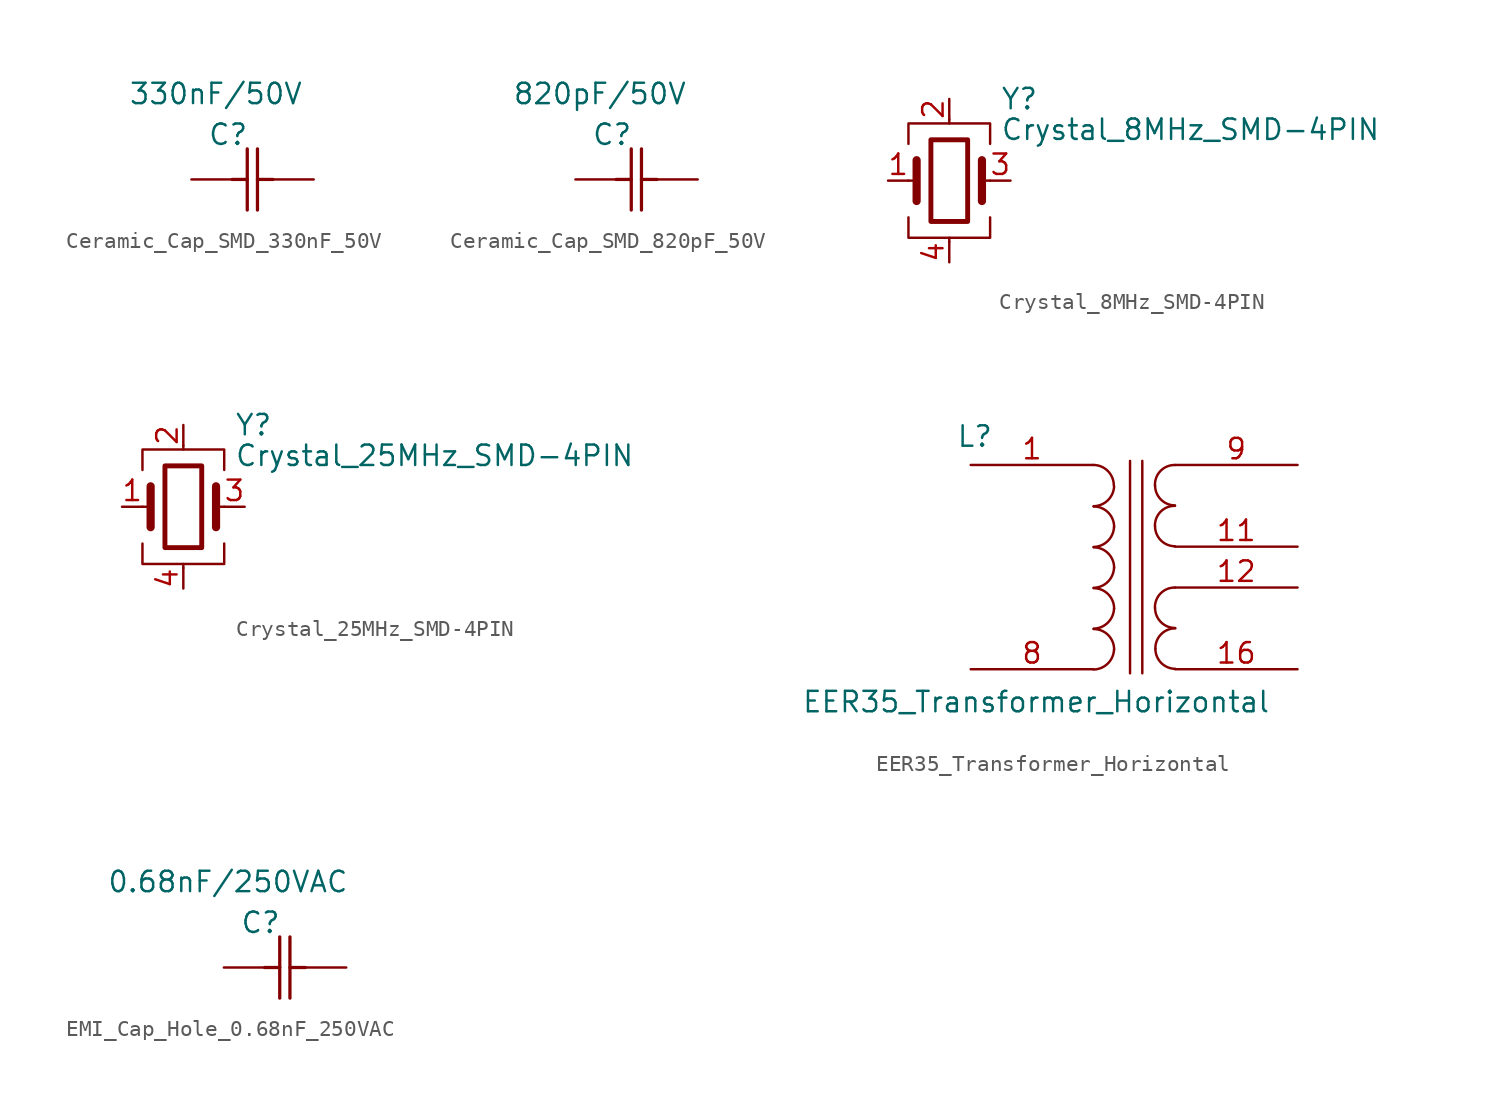
<source format=kicad_sym>
(kicad_symbol_lib
  (version 20231120)
  (generator "kicad_symbol_editor")
  (generator_version "8.0")
  (symbol "Ceramic_Cap_SMD_330nF_50V"
    (pin_numbers hide)
    (pin_names hide)
    (property "Reference" "C"
      (at 1.016 2.794 0)
      (effects (font (size 1.27 1.27))))
    (property "Value" "330nF/50V"
      (at 0.254 5.334 0)
      (effects (font (size 1.27 1.27))))
    (symbol "Ceramic_Cap_SMD_330nF_50V_1_1"
      (polyline (pts (xy 1.27 0) (xy 2.21 0)) (stroke (width 0.203) (type default)) (fill (type none)))
      (polyline (pts (xy 2.21 -1.905) (xy 2.21 1.905)) (stroke (width 0.203) (type default)) (fill (type none)))
      (polyline (pts (xy 2.845 -1.905) (xy 2.845 1.905)) (stroke (width 0.203) (type default)) (fill (type none)))
      (polyline (pts (xy 2.845 0) (xy 3.81 0)) (stroke (width 0.203) (type default)) (fill (type none)))
      (pin unspecified line (at -1.27 0 0) (length 2.54) (name "" (effects (font (size 1.27 1.27)))) (number "1" (effects (font (size 1.27 1.27)))))
      (pin unspecified line (at 6.35 0 180) (length 2.54) (name "" (effects (font (size 1.27 1.27)))) (number "2" (effects (font (size 1.27 1.27)))))))
  (symbol "Ceramic_Cap_SMD_820pF_50V"
    (pin_numbers hide)
    (pin_names hide)
    (property "Reference" "C"
      (at 1.016 2.794 0)
      (effects (font (size 1.27 1.27))))
    (property "Value" "820pF/50V"
      (at 0.254 5.334 0)
      (effects (font (size 1.27 1.27))))
    (symbol "Ceramic_Cap_SMD_820pF_50V_1_1"
      (polyline (pts (xy 1.27 0) (xy 2.21 0)) (stroke (width 0.203) (type default)) (fill (type none)))
      (polyline (pts (xy 2.21 -1.905) (xy 2.21 1.905)) (stroke (width 0.203) (type default)) (fill (type none)))
      (polyline (pts (xy 2.845 -1.905) (xy 2.845 1.905)) (stroke (width 0.203) (type default)) (fill (type none)))
      (polyline (pts (xy 2.845 0) (xy 3.81 0)) (stroke (width 0.203) (type default)) (fill (type none)))
      (pin unspecified line (at -1.27 0 0) (length 2.54) (name "" (effects (font (size 1.27 1.27)))) (number "1" (effects (font (size 1.27 1.27)))))
      (pin unspecified line (at 6.35 0 180) (length 2.54) (name "" (effects (font (size 1.27 1.27)))) (number "2" (effects (font (size 1.27 1.27)))))))
  (symbol "Crystal_8MHz_SMD-4PIN"
    (pin_names
      (offset 1.016) hide)
    (property "Reference" "Y"
      (at 3.175 5.08 0)
      (effects (font (size 1.27 1.27)) (justify left)))
    (property "Value" "Crystal_8MHz_SMD-4PIN"
      (at 3.175 3.175 0)
      (effects (font (size 1.27 1.27)) (justify left)))
    (symbol "Crystal_8MHz_SMD-4PIN_0_1"
      (rectangle (start -1.143 2.54) (end 1.143 -2.54) (stroke (width 0.305) (type default)) (fill (type none)))
      (polyline (pts (xy -2.54 0) (xy -2.032 0)) (stroke (width 0) (type default)) (fill (type none)))
      (polyline (pts (xy -2.032 -1.27) (xy -2.032 1.27)) (stroke (width 0.508) (type default)) (fill (type none)))
      (polyline (pts (xy 0 -3.81) (xy 0 -3.556)) (stroke (width 0) (type default)) (fill (type none)))
      (polyline (pts (xy 0 3.556) (xy 0 3.81)) (stroke (width 0) (type default)) (fill (type none)))
      (polyline (pts (xy 2.032 -1.27) (xy 2.032 1.27)) (stroke (width 0.508) (type default)) (fill (type none)))
      (polyline (pts (xy 2.032 0) (xy 2.54 0)) (stroke (width 0) (type default)) (fill (type none)))
      (polyline (pts (xy -2.54 -2.286) (xy -2.54 -3.556) (xy 2.54 -3.556) (xy 2.54 -2.286)) (stroke (width 0) (type default)) (fill (type none)))
      (polyline (pts (xy -2.54 2.286) (xy -2.54 3.556) (xy 2.54 3.556) (xy 2.54 2.286)) (stroke (width 0) (type default)) (fill (type none))))
    (symbol "Crystal_8MHz_SMD-4PIN_1_1"
      (pin passive line (at -3.81 0 0) (length 1.27) (name "1" (effects (font (size 1.27 1.27)))) (number "1" (effects (font (size 1.27 1.27)))))
      (pin passive line (at 0 5.08 270) (length 1.27) (name "2" (effects (font (size 1.27 1.27)))) (number "2" (effects (font (size 1.27 1.27)))))
      (pin passive line (at 3.81 0 180) (length 1.27) (name "3" (effects (font (size 1.27 1.27)))) (number "3" (effects (font (size 1.27 1.27)))))
      (pin passive line (at 0 -5.08 90) (length 1.27) (name "4" (effects (font (size 1.27 1.27)))) (number "4" (effects (font (size 1.27 1.27)))))))
  (symbol "Crystal_25MHz_SMD-4PIN"
    (pin_names
      (offset 1.016) hide)
    (property "Reference" "Y"
      (at 3.175 5.08 0)
      (effects (font (size 1.27 1.27)) (justify left)))
    (property "Value" "Crystal_25MHz_SMD-4PIN"
      (at 3.175 3.175 0)
      (effects (font (size 1.27 1.27)) (justify left)))
    (symbol "Crystal_25MHz_SMD-4PIN_0_1"
      (rectangle (start -1.143 2.54) (end 1.143 -2.54) (stroke (width 0.305) (type default)) (fill (type none)))
      (polyline (pts (xy -2.54 0) (xy -2.032 0)) (stroke (width 0) (type default)) (fill (type none)))
      (polyline (pts (xy -2.032 -1.27) (xy -2.032 1.27)) (stroke (width 0.508) (type default)) (fill (type none)))
      (polyline (pts (xy 0 -3.81) (xy 0 -3.556)) (stroke (width 0) (type default)) (fill (type none)))
      (polyline (pts (xy 0 3.556) (xy 0 3.81)) (stroke (width 0) (type default)) (fill (type none)))
      (polyline (pts (xy 2.032 -1.27) (xy 2.032 1.27)) (stroke (width 0.508) (type default)) (fill (type none)))
      (polyline (pts (xy 2.032 0) (xy 2.54 0)) (stroke (width 0) (type default)) (fill (type none)))
      (polyline (pts (xy -2.54 -2.286) (xy -2.54 -3.556) (xy 2.54 -3.556) (xy 2.54 -2.286)) (stroke (width 0) (type default)) (fill (type none)))
      (polyline (pts (xy -2.54 2.286) (xy -2.54 3.556) (xy 2.54 3.556) (xy 2.54 2.286)) (stroke (width 0) (type default)) (fill (type none))))
    (symbol "Crystal_25MHz_SMD-4PIN_1_1"
      (pin passive line (at -3.81 0 0) (length 1.27) (name "1" (effects (font (size 1.27 1.27)))) (number "1" (effects (font (size 1.27 1.27)))))
      (pin passive line (at 0 5.08 270) (length 1.27) (name "2" (effects (font (size 1.27 1.27)))) (number "2" (effects (font (size 1.27 1.27)))))
      (pin passive line (at 3.81 0 180) (length 1.27) (name "3" (effects (font (size 1.27 1.27)))) (number "3" (effects (font (size 1.27 1.27)))))
      (pin passive line (at 0 -5.08 90) (length 1.27) (name "4" (effects (font (size 1.27 1.27)))) (number "4" (effects (font (size 1.27 1.27)))))))
  (symbol "EER35_Transformer_Horizontal"
    (pin_names
      (offset 0.254) hide)
    (property "Reference" "L"
      (at 0.254 13.208 0)
      (effects (font (size 1.27 1.27))))
    (property "Value" "EER35_Transformer_Horizontal"
      (at 4.064 -3.302 0)
      (effects (font (size 1.27 1.27))))
    (symbol "EER35_Transformer_Horizontal_0_1"
      (polyline (pts (xy 9.906 11.684) (xy 9.906 -1.524)) (stroke (width 0) (type default)) (fill (type none)))
      (polyline (pts (xy 10.668 -1.524) (xy 10.668 11.684)) (stroke (width 0) (type default)) (fill (type none)))
      (arc (start 7.64 -1.2846) (mid 8.5214 -0.9154) (end 8.91 -0.04) (stroke (width 0) (type default)) (fill (type none)))
      (arc (start 7.64 1.2554) (mid 8.5214 1.6246) (end 8.91 2.5) (stroke (width 0) (type default)) (fill (type none)))
      (arc (start 7.64 3.7954) (mid 8.5214 4.1646) (end 8.91 5.04) (stroke (width 0) (type default)) (fill (type none)))
      (arc (start 7.64 6.3354) (mid 8.5214 6.7046) (end 8.91 7.58) (stroke (width 0) (type default)) (fill (type none)))
      (arc (start 7.645 8.8644) (mid 8.5271 9.2346) (end 8.915 10.109) (stroke (width 0) (type default)) (fill (type none)))
      (arc (start 8.89 10.16) (mid 8.518 11.058) (end 7.62 11.43) (stroke (width 0) (type default)) (fill (type none)))
      (arc (start 8.91 -0.04) (mid 8.538 0.858) (end 7.64 1.23) (stroke (width 0) (type default)) (fill (type none)))
      (arc (start 8.91 2.5) (mid 8.538 3.398) (end 7.64 3.77) (stroke (width 0) (type default)) (fill (type none)))
      (arc (start 8.91 5.04) (mid 8.538 5.938) (end 7.64 6.31) (stroke (width 0) (type default)) (fill (type none)))
      (arc (start 8.91 7.58) (mid 8.538 8.478) (end 7.64 8.85) (stroke (width 0) (type default)) (fill (type none)))
      (arc (start 11.4554 2.54) (mid 11.8199 1.6599) (end 12.7 1.2954) (stroke (width 0) (type default)) (fill (type none)))
      (arc (start 11.4554 7.62) (mid 11.8199 6.7399) (end 12.7 6.3754) (stroke (width 0) (type default)) (fill (type none)))
      (arc (start 11.4554 10.16) (mid 11.8199 9.2799) (end 12.7 8.9154) (stroke (width 0) (type default)) (fill (type none)))
      (arc (start 11.4808 0) (mid 11.8453 -0.8803) (end 12.7254 -1.2446) (stroke (width 0) (type default)) (fill (type none)))
      (arc (start 12.7 3.81) (mid 11.803 3.4427) (end 11.4554 2.54) (stroke (width 0) (type default)) (fill (type none)))
      (arc (start 12.7 8.89) (mid 11.803 8.5227) (end 11.4554 7.62) (stroke (width 0) (type default)) (fill (type none)))
      (arc (start 12.7 11.43) (mid 11.803 11.0627) (end 11.4554 10.16) (stroke (width 0) (type default)) (fill (type none)))
      (arc (start 12.7254 1.27) (mid 11.8315 0.9011) (end 11.4808 0) (stroke (width 0) (type default)) (fill (type none))))
    (symbol "EER35_Transformer_Horizontal_1_1"
      (pin passive line (at 0 11.43 0) (length 7.62) (name "AA" (effects (font (size 1.27 1.27)))) (number "1" (effects (font (size 1.27 1.27)))))
      (pin passive line (at 20.32 6.35 180) (length 7.62) (name "SC" (effects (font (size 1.27 1.27)))) (number "11" (effects (font (size 1.27 1.27)))))
      (pin passive line (at 20.32 3.81 180) (length 7.62) (name "SC" (effects (font (size 1.27 1.27)))) (number "12" (effects (font (size 1.27 1.27)))))
      (pin passive line (at 20.32 -1.27 180) (length 7.62) (name "SB" (effects (font (size 1.27 1.27)))) (number "16" (effects (font (size 1.27 1.27)))))
      (pin passive line (at 0 -1.27 0) (length 7.62) (name "AB" (effects (font (size 1.27 1.27)))) (number "8" (effects (font (size 1.27 1.27)))))
      (pin passive line (at 20.32 11.43 180) (length 7.62) (name "SA" (effects (font (size 1.27 1.27)))) (number "9" (effects (font (size 1.27 1.27)))))))
  (symbol "EMI_Cap_Hole_0.68nF_250VAC"
    (pin_numbers hide)
    (pin_names hide)
    (property "Reference" "C"
      (at 2.286 2.794 0)
      (effects (font (size 1.27 1.27))))
    (property "Value" "0.68nF/250VAC"
      (at 0.254 5.334 0)
      (effects (font (size 1.27 1.27))))
    (symbol "EMI_Cap_Hole_0.68nF_250VAC_1_1"
      (polyline (pts (xy 2.54 0) (xy 3.48 0)) (stroke (width 0.203) (type default)) (fill (type none)))
      (polyline (pts (xy 3.48 -1.905) (xy 3.48 1.905)) (stroke (width 0.203) (type default)) (fill (type none)))
      (polyline (pts (xy 4.115 -1.905) (xy 4.115 1.905)) (stroke (width 0.203) (type default)) (fill (type none)))
      (polyline (pts (xy 4.115 0) (xy 5.08 0)) (stroke (width 0.203) (type default)) (fill (type none)))
      (pin unspecified line (at 0 0 0) (length 2.54) (name "" (effects (font (size 1.27 1.27)))) (number "1" (effects (font (size 1.27 1.27)))))
      (pin unspecified line (at 7.62 0 180) (length 2.54) (name "" (effects (font (size 1.27 1.27)))) (number "2" (effects (font (size 1.27 1.27))))))))
</source>
